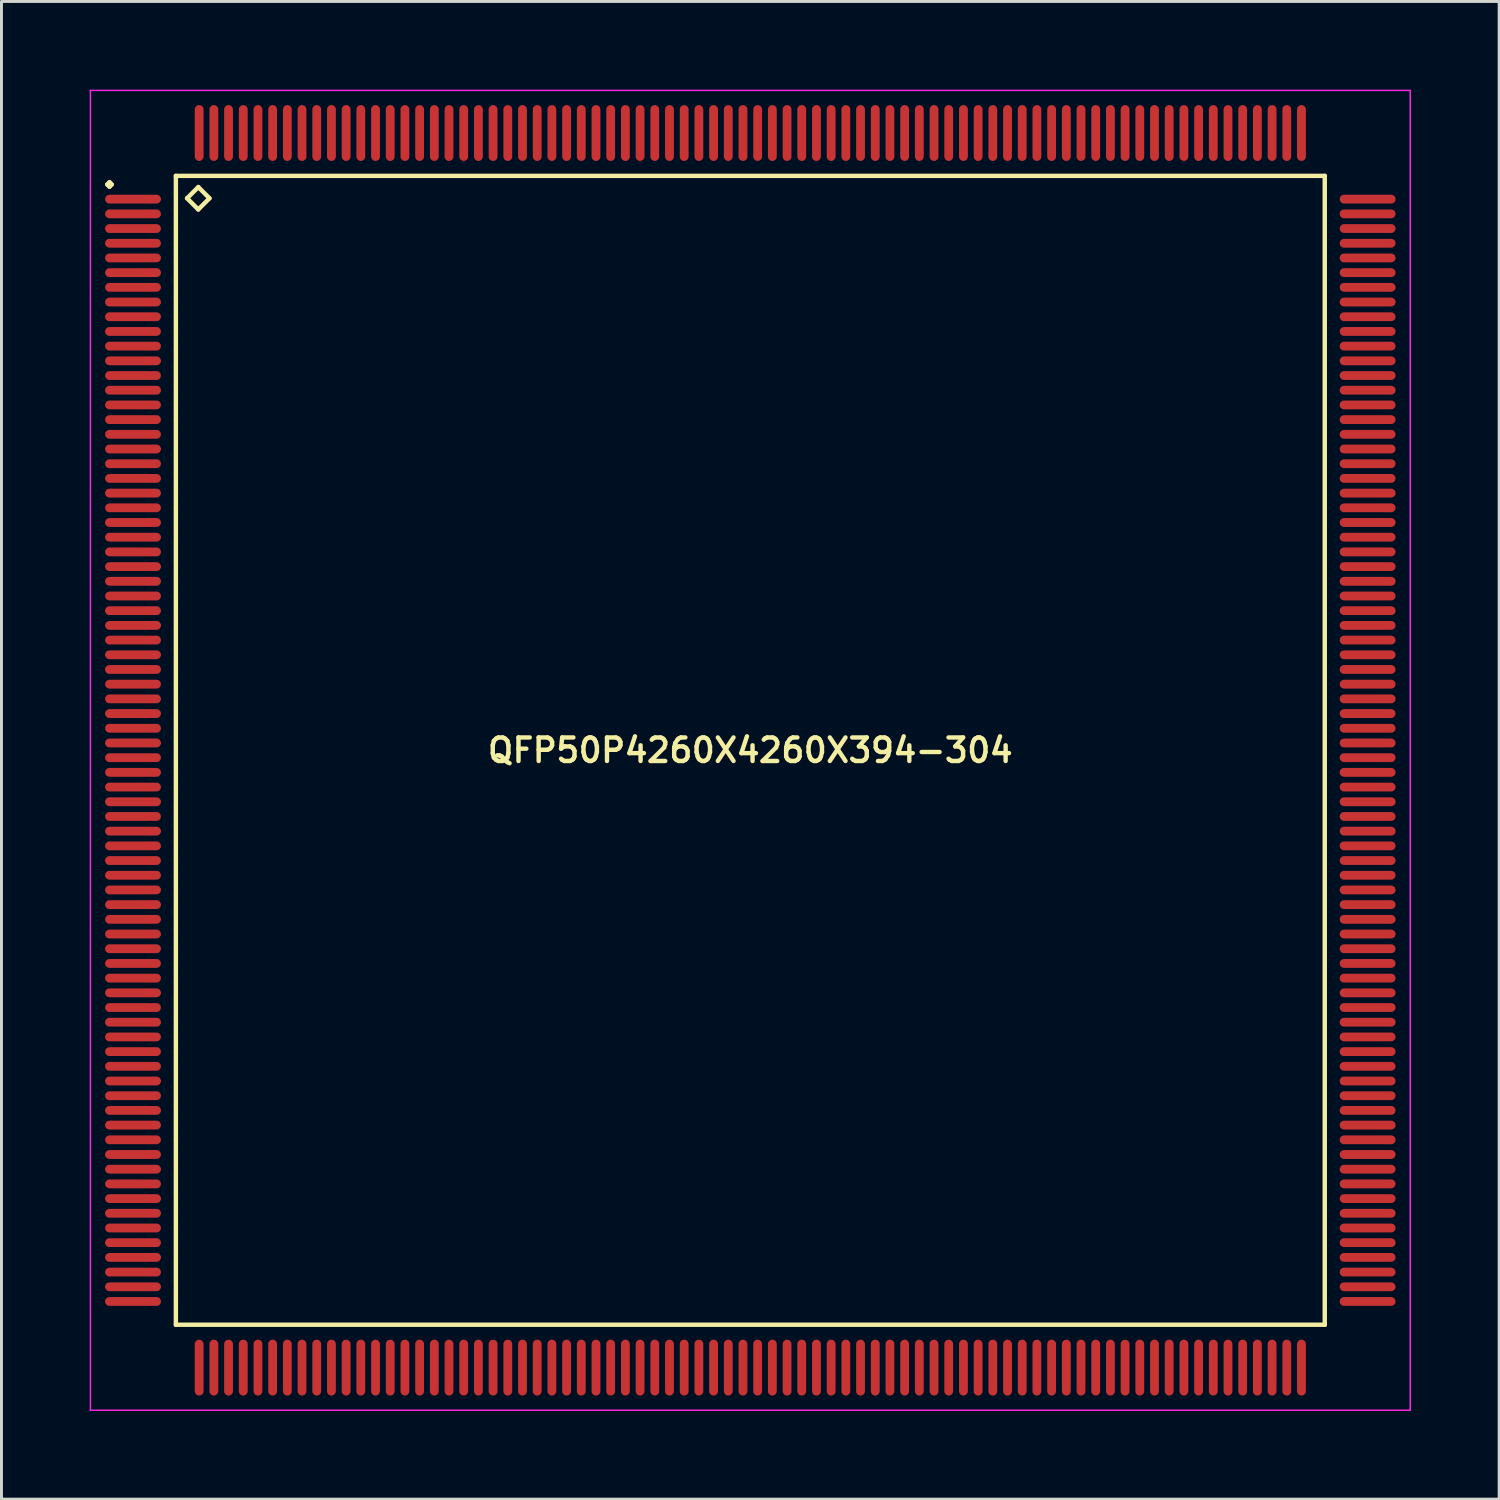
<source format=kicad_pcb>
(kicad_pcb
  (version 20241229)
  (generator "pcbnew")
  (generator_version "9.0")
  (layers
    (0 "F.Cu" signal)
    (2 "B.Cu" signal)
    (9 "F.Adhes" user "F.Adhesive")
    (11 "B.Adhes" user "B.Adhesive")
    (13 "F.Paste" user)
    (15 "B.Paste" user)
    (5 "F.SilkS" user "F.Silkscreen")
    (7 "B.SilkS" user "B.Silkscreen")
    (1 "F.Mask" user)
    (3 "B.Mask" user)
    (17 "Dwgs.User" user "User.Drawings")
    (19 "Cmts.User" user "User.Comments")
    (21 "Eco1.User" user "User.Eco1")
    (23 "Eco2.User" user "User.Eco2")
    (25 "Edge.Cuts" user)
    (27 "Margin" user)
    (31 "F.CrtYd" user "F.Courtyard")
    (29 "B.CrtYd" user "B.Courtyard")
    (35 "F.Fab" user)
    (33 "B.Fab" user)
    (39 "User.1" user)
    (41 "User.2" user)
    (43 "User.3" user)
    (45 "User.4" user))
  (footprint "QFP50P4260X4260X394-304"
    (layer "F.Cu")
    (at 22.475 22.475)
    (property "Reference" "QFP50P4260X4260X394-304" (at 0 0 0) (layer "F.SilkS") (effects (font (size 0.8 0.8) (thickness 0.15))))
    (attr smd)
    (fp_line (start -21.875 -19.25) (end -21.8 -19.325) (stroke (width 0.15) (type solid)) (layer "F.SilkS"))
    (fp_line (start -21.8 -19.325) (end -21.725 -19.25) (stroke (width 0.15) (type solid)) (layer "F.SilkS"))
    (fp_line (start -21.8 -19.175) (end -21.875 -19.25) (stroke (width 0.15) (type solid)) (layer "F.SilkS"))
    (fp_line (start -21.725 -19.25) (end -21.8 -19.175) (stroke (width 0.15) (type solid)) (layer "F.SilkS"))
    (fp_line (start -19.542 -19.542) (end -19.542 19.542) (stroke (width 0.15) (type solid)) (layer "F.SilkS"))
    (fp_line (start -19.542 19.542) (end 19.542 19.542) (stroke (width 0.15) (type solid)) (layer "F.SilkS"))
    (fp_line (start -19.161 -18.78) (end -18.78 -19.161) (stroke (width 0.15) (type solid)) (layer "F.SilkS"))
    (fp_line (start -18.78 -19.161) (end -18.399 -18.78) (stroke (width 0.15) (type solid)) (layer "F.SilkS"))
    (fp_line (start -18.78 -18.399) (end -19.161 -18.78) (stroke (width 0.15) (type solid)) (layer "F.SilkS"))
    (fp_line (start -18.399 -18.78) (end -18.78 -18.399) (stroke (width 0.15) (type solid)) (layer "F.SilkS"))
    (fp_line (start 19.542 -19.542) (end -19.542 -19.542) (stroke (width 0.15) (type solid)) (layer "F.SilkS"))
    (fp_line (start 19.542 19.542) (end 19.542 -19.542) (stroke (width 0.15) (type solid)) (layer "F.SilkS"))
    (fp_line (start -22.45 -22.45) (end 22.45 -22.45) (stroke (width 0.05) (type solid)) (layer "F.CrtYd"))
    (fp_line (start -22.45 22.45) (end -22.45 -22.45) (stroke (width 0.05) (type solid)) (layer "F.CrtYd"))
    (fp_line (start 22.45 -22.45) (end 22.45 22.45) (stroke (width 0.05) (type solid)) (layer "F.CrtYd"))
    (fp_line (start 22.45 22.45) (end -22.45 22.45) (stroke (width 0.05) (type solid)) (layer "F.CrtYd"))
    (pad "1" smd oval (at -21 -18.75) (size 1.9 0.3) (layers "F.Cu" "F.Mask" "F.Paste"))
    (pad "2" smd oval (at -21 -18.25) (size 1.9 0.3) (layers "F.Cu" "F.Mask" "F.Paste"))
    (pad "3" smd oval (at -21 -17.75) (size 1.9 0.3) (layers "F.Cu" "F.Mask" "F.Paste"))
    (pad "4" smd oval (at -21 -17.25) (size 1.9 0.3) (layers "F.Cu" "F.Mask" "F.Paste"))
    (pad "5" smd oval (at -21 -16.75) (size 1.9 0.3) (layers "F.Cu" "F.Mask" "F.Paste"))
    (pad "6" smd oval (at -21 -16.25) (size 1.9 0.3) (layers "F.Cu" "F.Mask" "F.Paste"))
    (pad "7" smd oval (at -21 -15.75) (size 1.9 0.3) (layers "F.Cu" "F.Mask" "F.Paste"))
    (pad "8" smd oval (at -21 -15.25) (size 1.9 0.3) (layers "F.Cu" "F.Mask" "F.Paste"))
    (pad "9" smd oval (at -21 -14.75) (size 1.9 0.3) (layers "F.Cu" "F.Mask" "F.Paste"))
    (pad "10" smd oval (at -21 -14.25) (size 1.9 0.3) (layers "F.Cu" "F.Mask" "F.Paste"))
    (pad "11" smd oval (at -21 -13.75) (size 1.9 0.3) (layers "F.Cu" "F.Mask" "F.Paste"))
    (pad "12" smd oval (at -21 -13.25) (size 1.9 0.3) (layers "F.Cu" "F.Mask" "F.Paste"))
    (pad "13" smd oval (at -21 -12.75) (size 1.9 0.3) (layers "F.Cu" "F.Mask" "F.Paste"))
    (pad "14" smd oval (at -21 -12.25) (size 1.9 0.3) (layers "F.Cu" "F.Mask" "F.Paste"))
    (pad "15" smd oval (at -21 -11.75) (size 1.9 0.3) (layers "F.Cu" "F.Mask" "F.Paste"))
    (pad "16" smd oval (at -21 -11.25) (size 1.9 0.3) (layers "F.Cu" "F.Mask" "F.Paste"))
    (pad "17" smd oval (at -21 -10.75) (size 1.9 0.3) (layers "F.Cu" "F.Mask" "F.Paste"))
    (pad "18" smd oval (at -21 -10.25) (size 1.9 0.3) (layers "F.Cu" "F.Mask" "F.Paste"))
    (pad "19" smd oval (at -21 -9.75) (size 1.9 0.3) (layers "F.Cu" "F.Mask" "F.Paste"))
    (pad "20" smd oval (at -21 -9.25) (size 1.9 0.3) (layers "F.Cu" "F.Mask" "F.Paste"))
    (pad "21" smd oval (at -21 -8.75) (size 1.9 0.3) (layers "F.Cu" "F.Mask" "F.Paste"))
    (pad "22" smd oval (at -21 -8.25) (size 1.9 0.3) (layers "F.Cu" "F.Mask" "F.Paste"))
    (pad "23" smd oval (at -21 -7.75) (size 1.9 0.3) (layers "F.Cu" "F.Mask" "F.Paste"))
    (pad "24" smd oval (at -21 -7.25) (size 1.9 0.3) (layers "F.Cu" "F.Mask" "F.Paste"))
    (pad "25" smd oval (at -21 -6.75) (size 1.9 0.3) (layers "F.Cu" "F.Mask" "F.Paste"))
    (pad "26" smd oval (at -21 -6.25) (size 1.9 0.3) (layers "F.Cu" "F.Mask" "F.Paste"))
    (pad "27" smd oval (at -21 -5.75) (size 1.9 0.3) (layers "F.Cu" "F.Mask" "F.Paste"))
    (pad "28" smd oval (at -21 -5.25) (size 1.9 0.3) (layers "F.Cu" "F.Mask" "F.Paste"))
    (pad "29" smd oval (at -21 -4.75) (size 1.9 0.3) (layers "F.Cu" "F.Mask" "F.Paste"))
    (pad "30" smd oval (at -21 -4.25) (size 1.9 0.3) (layers "F.Cu" "F.Mask" "F.Paste"))
    (pad "31" smd oval (at -21 -3.75) (size 1.9 0.3) (layers "F.Cu" "F.Mask" "F.Paste"))
    (pad "32" smd oval (at -21 -3.25) (size 1.9 0.3) (layers "F.Cu" "F.Mask" "F.Paste"))
    (pad "33" smd oval (at -21 -2.75) (size 1.9 0.3) (layers "F.Cu" "F.Mask" "F.Paste"))
    (pad "34" smd oval (at -21 -2.25) (size 1.9 0.3) (layers "F.Cu" "F.Mask" "F.Paste"))
    (pad "35" smd oval (at -21 -1.75) (size 1.9 0.3) (layers "F.Cu" "F.Mask" "F.Paste"))
    (pad "36" smd oval (at -21 -1.25) (size 1.9 0.3) (layers "F.Cu" "F.Mask" "F.Paste"))
    (pad "37" smd oval (at -21 -0.75) (size 1.9 0.3) (layers "F.Cu" "F.Mask" "F.Paste"))
    (pad "38" smd oval (at -21 -0.25) (size 1.9 0.3) (layers "F.Cu" "F.Mask" "F.Paste"))
    (pad "39" smd oval (at -21 0.25) (size 1.9 0.3) (layers "F.Cu" "F.Mask" "F.Paste"))
    (pad "40" smd oval (at -21 0.75) (size 1.9 0.3) (layers "F.Cu" "F.Mask" "F.Paste"))
    (pad "41" smd oval (at -21 1.25) (size 1.9 0.3) (layers "F.Cu" "F.Mask" "F.Paste"))
    (pad "42" smd oval (at -21 1.75) (size 1.9 0.3) (layers "F.Cu" "F.Mask" "F.Paste"))
    (pad "43" smd oval (at -21 2.25) (size 1.9 0.3) (layers "F.Cu" "F.Mask" "F.Paste"))
    (pad "44" smd oval (at -21 2.75) (size 1.9 0.3) (layers "F.Cu" "F.Mask" "F.Paste"))
    (pad "45" smd oval (at -21 3.25) (size 1.9 0.3) (layers "F.Cu" "F.Mask" "F.Paste"))
    (pad "46" smd oval (at -21 3.75) (size 1.9 0.3) (layers "F.Cu" "F.Mask" "F.Paste"))
    (pad "47" smd oval (at -21 4.25) (size 1.9 0.3) (layers "F.Cu" "F.Mask" "F.Paste"))
    (pad "48" smd oval (at -21 4.75) (size 1.9 0.3) (layers "F.Cu" "F.Mask" "F.Paste"))
    (pad "49" smd oval (at -21 5.25) (size 1.9 0.3) (layers "F.Cu" "F.Mask" "F.Paste"))
    (pad "50" smd oval (at -21 5.75) (size 1.9 0.3) (layers "F.Cu" "F.Mask" "F.Paste"))
    (pad "51" smd oval (at -21 6.25) (size 1.9 0.3) (layers "F.Cu" "F.Mask" "F.Paste"))
    (pad "52" smd oval (at -21 6.75) (size 1.9 0.3) (layers "F.Cu" "F.Mask" "F.Paste"))
    (pad "53" smd oval (at -21 7.25) (size 1.9 0.3) (layers "F.Cu" "F.Mask" "F.Paste"))
    (pad "54" smd oval (at -21 7.75) (size 1.9 0.3) (layers "F.Cu" "F.Mask" "F.Paste"))
    (pad "55" smd oval (at -21 8.25) (size 1.9 0.3) (layers "F.Cu" "F.Mask" "F.Paste"))
    (pad "56" smd oval (at -21 8.75) (size 1.9 0.3) (layers "F.Cu" "F.Mask" "F.Paste"))
    (pad "57" smd oval (at -21 9.25) (size 1.9 0.3) (layers "F.Cu" "F.Mask" "F.Paste"))
    (pad "58" smd oval (at -21 9.75) (size 1.9 0.3) (layers "F.Cu" "F.Mask" "F.Paste"))
    (pad "59" smd oval (at -21 10.25) (size 1.9 0.3) (layers "F.Cu" "F.Mask" "F.Paste"))
    (pad "60" smd oval (at -21 10.75) (size 1.9 0.3) (layers "F.Cu" "F.Mask" "F.Paste"))
    (pad "61" smd oval (at -21 11.25) (size 1.9 0.3) (layers "F.Cu" "F.Mask" "F.Paste"))
    (pad "62" smd oval (at -21 11.75) (size 1.9 0.3) (layers "F.Cu" "F.Mask" "F.Paste"))
    (pad "63" smd oval (at -21 12.25) (size 1.9 0.3) (layers "F.Cu" "F.Mask" "F.Paste"))
    (pad "64" smd oval (at -21 12.75) (size 1.9 0.3) (layers "F.Cu" "F.Mask" "F.Paste"))
    (pad "65" smd oval (at -21 13.25) (size 1.9 0.3) (layers "F.Cu" "F.Mask" "F.Paste"))
    (pad "66" smd oval (at -21 13.75) (size 1.9 0.3) (layers "F.Cu" "F.Mask" "F.Paste"))
    (pad "67" smd oval (at -21 14.25) (size 1.9 0.3) (layers "F.Cu" "F.Mask" "F.Paste"))
    (pad "68" smd oval (at -21 14.75) (size 1.9 0.3) (layers "F.Cu" "F.Mask" "F.Paste"))
    (pad "69" smd oval (at -21 15.25) (size 1.9 0.3) (layers "F.Cu" "F.Mask" "F.Paste"))
    (pad "70" smd oval (at -21 15.75) (size 1.9 0.3) (layers "F.Cu" "F.Mask" "F.Paste"))
    (pad "71" smd oval (at -21 16.25) (size 1.9 0.3) (layers "F.Cu" "F.Mask" "F.Paste"))
    (pad "72" smd oval (at -21 16.75) (size 1.9 0.3) (layers "F.Cu" "F.Mask" "F.Paste"))
    (pad "73" smd oval (at -21 17.25) (size 1.9 0.3) (layers "F.Cu" "F.Mask" "F.Paste"))
    (pad "74" smd oval (at -21 17.75) (size 1.9 0.3) (layers "F.Cu" "F.Mask" "F.Paste"))
    (pad "75" smd oval (at -21 18.25) (size 1.9 0.3) (layers "F.Cu" "F.Mask" "F.Paste"))
    (pad "76" smd oval (at -21 18.75) (size 1.9 0.3) (layers "F.Cu" "F.Mask" "F.Paste"))
    (pad "77" smd oval (at -18.75 21) (size 0.3 1.9) (layers "F.Cu" "F.Mask" "F.Paste"))
    (pad "78" smd oval (at -18.25 21) (size 0.3 1.9) (layers "F.Cu" "F.Mask" "F.Paste"))
    (pad "79" smd oval (at -17.75 21) (size 0.3 1.9) (layers "F.Cu" "F.Mask" "F.Paste"))
    (pad "80" smd oval (at -17.25 21) (size 0.3 1.9) (layers "F.Cu" "F.Mask" "F.Paste"))
    (pad "81" smd oval (at -16.75 21) (size 0.3 1.9) (layers "F.Cu" "F.Mask" "F.Paste"))
    (pad "82" smd oval (at -16.25 21) (size 0.3 1.9) (layers "F.Cu" "F.Mask" "F.Paste"))
    (pad "83" smd oval (at -15.75 21) (size 0.3 1.9) (layers "F.Cu" "F.Mask" "F.Paste"))
    (pad "84" smd oval (at -15.25 21) (size 0.3 1.9) (layers "F.Cu" "F.Mask" "F.Paste"))
    (pad "85" smd oval (at -14.75 21) (size 0.3 1.9) (layers "F.Cu" "F.Mask" "F.Paste"))
    (pad "86" smd oval (at -14.25 21) (size 0.3 1.9) (layers "F.Cu" "F.Mask" "F.Paste"))
    (pad "87" smd oval (at -13.75 21) (size 0.3 1.9) (layers "F.Cu" "F.Mask" "F.Paste"))
    (pad "88" smd oval (at -13.25 21) (size 0.3 1.9) (layers "F.Cu" "F.Mask" "F.Paste"))
    (pad "89" smd oval (at -12.75 21) (size 0.3 1.9) (layers "F.Cu" "F.Mask" "F.Paste"))
    (pad "90" smd oval (at -12.25 21) (size 0.3 1.9) (layers "F.Cu" "F.Mask" "F.Paste"))
    (pad "91" smd oval (at -11.75 21) (size 0.3 1.9) (layers "F.Cu" "F.Mask" "F.Paste"))
    (pad "92" smd oval (at -11.25 21) (size 0.3 1.9) (layers "F.Cu" "F.Mask" "F.Paste"))
    (pad "93" smd oval (at -10.75 21) (size 0.3 1.9) (layers "F.Cu" "F.Mask" "F.Paste"))
    (pad "94" smd oval (at -10.25 21) (size 0.3 1.9) (layers "F.Cu" "F.Mask" "F.Paste"))
    (pad "95" smd oval (at -9.75 21) (size 0.3 1.9) (layers "F.Cu" "F.Mask" "F.Paste"))
    (pad "96" smd oval (at -9.25 21) (size 0.3 1.9) (layers "F.Cu" "F.Mask" "F.Paste"))
    (pad "97" smd oval (at -8.75 21) (size 0.3 1.9) (layers "F.Cu" "F.Mask" "F.Paste"))
    (pad "98" smd oval (at -8.25 21) (size 0.3 1.9) (layers "F.Cu" "F.Mask" "F.Paste"))
    (pad "99" smd oval (at -7.75 21) (size 0.3 1.9) (layers "F.Cu" "F.Mask" "F.Paste"))
    (pad "100" smd oval (at -7.25 21) (size 0.3 1.9) (layers "F.Cu" "F.Mask" "F.Paste"))
    (pad "101" smd oval (at -6.75 21) (size 0.3 1.9) (layers "F.Cu" "F.Mask" "F.Paste"))
    (pad "102" smd oval (at -6.25 21) (size 0.3 1.9) (layers "F.Cu" "F.Mask" "F.Paste"))
    (pad "103" smd oval (at -5.75 21) (size 0.3 1.9) (layers "F.Cu" "F.Mask" "F.Paste"))
    (pad "104" smd oval (at -5.25 21) (size 0.3 1.9) (layers "F.Cu" "F.Mask" "F.Paste"))
    (pad "105" smd oval (at -4.75 21) (size 0.3 1.9) (layers "F.Cu" "F.Mask" "F.Paste"))
    (pad "106" smd oval (at -4.25 21) (size 0.3 1.9) (layers "F.Cu" "F.Mask" "F.Paste"))
    (pad "107" smd oval (at -3.75 21) (size 0.3 1.9) (layers "F.Cu" "F.Mask" "F.Paste"))
    (pad "108" smd oval (at -3.25 21) (size 0.3 1.9) (layers "F.Cu" "F.Mask" "F.Paste"))
    (pad "109" smd oval (at -2.75 21) (size 0.3 1.9) (layers "F.Cu" "F.Mask" "F.Paste"))
    (pad "110" smd oval (at -2.25 21) (size 0.3 1.9) (layers "F.Cu" "F.Mask" "F.Paste"))
    (pad "111" smd oval (at -1.75 21) (size 0.3 1.9) (layers "F.Cu" "F.Mask" "F.Paste"))
    (pad "112" smd oval (at -1.25 21) (size 0.3 1.9) (layers "F.Cu" "F.Mask" "F.Paste"))
    (pad "113" smd oval (at -0.75 21) (size 0.3 1.9) (layers "F.Cu" "F.Mask" "F.Paste"))
    (pad "114" smd oval (at -0.25 21) (size 0.3 1.9) (layers "F.Cu" "F.Mask" "F.Paste"))
    (pad "115" smd oval (at 0.25 21) (size 0.3 1.9) (layers "F.Cu" "F.Mask" "F.Paste"))
    (pad "116" smd oval (at 0.75 21) (size 0.3 1.9) (layers "F.Cu" "F.Mask" "F.Paste"))
    (pad "117" smd oval (at 1.25 21) (size 0.3 1.9) (layers "F.Cu" "F.Mask" "F.Paste"))
    (pad "118" smd oval (at 1.75 21) (size 0.3 1.9) (layers "F.Cu" "F.Mask" "F.Paste"))
    (pad "119" smd oval (at 2.25 21) (size 0.3 1.9) (layers "F.Cu" "F.Mask" "F.Paste"))
    (pad "120" smd oval (at 2.75 21) (size 0.3 1.9) (layers "F.Cu" "F.Mask" "F.Paste"))
    (pad "121" smd oval (at 3.25 21) (size 0.3 1.9) (layers "F.Cu" "F.Mask" "F.Paste"))
    (pad "122" smd oval (at 3.75 21) (size 0.3 1.9) (layers "F.Cu" "F.Mask" "F.Paste"))
    (pad "123" smd oval (at 4.25 21) (size 0.3 1.9) (layers "F.Cu" "F.Mask" "F.Paste"))
    (pad "124" smd oval (at 4.75 21) (size 0.3 1.9) (layers "F.Cu" "F.Mask" "F.Paste"))
    (pad "125" smd oval (at 5.25 21) (size 0.3 1.9) (layers "F.Cu" "F.Mask" "F.Paste"))
    (pad "126" smd oval (at 5.75 21) (size 0.3 1.9) (layers "F.Cu" "F.Mask" "F.Paste"))
    (pad "127" smd oval (at 6.25 21) (size 0.3 1.9) (layers "F.Cu" "F.Mask" "F.Paste"))
    (pad "128" smd oval (at 6.75 21) (size 0.3 1.9) (layers "F.Cu" "F.Mask" "F.Paste"))
    (pad "129" smd oval (at 7.25 21) (size 0.3 1.9) (layers "F.Cu" "F.Mask" "F.Paste"))
    (pad "130" smd oval (at 7.75 21) (size 0.3 1.9) (layers "F.Cu" "F.Mask" "F.Paste"))
    (pad "131" smd oval (at 8.25 21) (size 0.3 1.9) (layers "F.Cu" "F.Mask" "F.Paste"))
    (pad "132" smd oval (at 8.75 21) (size 0.3 1.9) (layers "F.Cu" "F.Mask" "F.Paste"))
    (pad "133" smd oval (at 9.25 21) (size 0.3 1.9) (layers "F.Cu" "F.Mask" "F.Paste"))
    (pad "134" smd oval (at 9.75 21) (size 0.3 1.9) (layers "F.Cu" "F.Mask" "F.Paste"))
    (pad "135" smd oval (at 10.25 21) (size 0.3 1.9) (layers "F.Cu" "F.Mask" "F.Paste"))
    (pad "136" smd oval (at 10.75 21) (size 0.3 1.9) (layers "F.Cu" "F.Mask" "F.Paste"))
    (pad "137" smd oval (at 11.25 21) (size 0.3 1.9) (layers "F.Cu" "F.Mask" "F.Paste"))
    (pad "138" smd oval (at 11.75 21) (size 0.3 1.9) (layers "F.Cu" "F.Mask" "F.Paste"))
    (pad "139" smd oval (at 12.25 21) (size 0.3 1.9) (layers "F.Cu" "F.Mask" "F.Paste"))
    (pad "140" smd oval (at 12.75 21) (size 0.3 1.9) (layers "F.Cu" "F.Mask" "F.Paste"))
    (pad "141" smd oval (at 13.25 21) (size 0.3 1.9) (layers "F.Cu" "F.Mask" "F.Paste"))
    (pad "142" smd oval (at 13.75 21) (size 0.3 1.9) (layers "F.Cu" "F.Mask" "F.Paste"))
    (pad "143" smd oval (at 14.25 21) (size 0.3 1.9) (layers "F.Cu" "F.Mask" "F.Paste"))
    (pad "144" smd oval (at 14.75 21) (size 0.3 1.9) (layers "F.Cu" "F.Mask" "F.Paste"))
    (pad "145" smd oval (at 15.25 21) (size 0.3 1.9) (layers "F.Cu" "F.Mask" "F.Paste"))
    (pad "146" smd oval (at 15.75 21) (size 0.3 1.9) (layers "F.Cu" "F.Mask" "F.Paste"))
    (pad "147" smd oval (at 16.25 21) (size 0.3 1.9) (layers "F.Cu" "F.Mask" "F.Paste"))
    (pad "148" smd oval (at 16.75 21) (size 0.3 1.9) (layers "F.Cu" "F.Mask" "F.Paste"))
    (pad "149" smd oval (at 17.25 21) (size 0.3 1.9) (layers "F.Cu" "F.Mask" "F.Paste"))
    (pad "150" smd oval (at 17.75 21) (size 0.3 1.9) (layers "F.Cu" "F.Mask" "F.Paste"))
    (pad "151" smd oval (at 18.25 21) (size 0.3 1.9) (layers "F.Cu" "F.Mask" "F.Paste"))
    (pad "152" smd oval (at 18.75 21) (size 0.3 1.9) (layers "F.Cu" "F.Mask" "F.Paste"))
    (pad "153" smd oval (at 21 18.75) (size 1.9 0.3) (layers "F.Cu" "F.Mask" "F.Paste"))
    (pad "154" smd oval (at 21 18.25) (size 1.9 0.3) (layers "F.Cu" "F.Mask" "F.Paste"))
    (pad "155" smd oval (at 21 17.75) (size 1.9 0.3) (layers "F.Cu" "F.Mask" "F.Paste"))
    (pad "156" smd oval (at 21 17.25) (size 1.9 0.3) (layers "F.Cu" "F.Mask" "F.Paste"))
    (pad "157" smd oval (at 21 16.75) (size 1.9 0.3) (layers "F.Cu" "F.Mask" "F.Paste"))
    (pad "158" smd oval (at 21 16.25) (size 1.9 0.3) (layers "F.Cu" "F.Mask" "F.Paste"))
    (pad "159" smd oval (at 21 15.75) (size 1.9 0.3) (layers "F.Cu" "F.Mask" "F.Paste"))
    (pad "160" smd oval (at 21 15.25) (size 1.9 0.3) (layers "F.Cu" "F.Mask" "F.Paste"))
    (pad "161" smd oval (at 21 14.75) (size 1.9 0.3) (layers "F.Cu" "F.Mask" "F.Paste"))
    (pad "162" smd oval (at 21 14.25) (size 1.9 0.3) (layers "F.Cu" "F.Mask" "F.Paste"))
    (pad "163" smd oval (at 21 13.75) (size 1.9 0.3) (layers "F.Cu" "F.Mask" "F.Paste"))
    (pad "164" smd oval (at 21 13.25) (size 1.9 0.3) (layers "F.Cu" "F.Mask" "F.Paste"))
    (pad "165" smd oval (at 21 12.75) (size 1.9 0.3) (layers "F.Cu" "F.Mask" "F.Paste"))
    (pad "166" smd oval (at 21 12.25) (size 1.9 0.3) (layers "F.Cu" "F.Mask" "F.Paste"))
    (pad "167" smd oval (at 21 11.75) (size 1.9 0.3) (layers "F.Cu" "F.Mask" "F.Paste"))
    (pad "168" smd oval (at 21 11.25) (size 1.9 0.3) (layers "F.Cu" "F.Mask" "F.Paste"))
    (pad "169" smd oval (at 21 10.75) (size 1.9 0.3) (layers "F.Cu" "F.Mask" "F.Paste"))
    (pad "170" smd oval (at 21 10.25) (size 1.9 0.3) (layers "F.Cu" "F.Mask" "F.Paste"))
    (pad "171" smd oval (at 21 9.75) (size 1.9 0.3) (layers "F.Cu" "F.Mask" "F.Paste"))
    (pad "172" smd oval (at 21 9.25) (size 1.9 0.3) (layers "F.Cu" "F.Mask" "F.Paste"))
    (pad "173" smd oval (at 21 8.75) (size 1.9 0.3) (layers "F.Cu" "F.Mask" "F.Paste"))
    (pad "174" smd oval (at 21 8.25) (size 1.9 0.3) (layers "F.Cu" "F.Mask" "F.Paste"))
    (pad "175" smd oval (at 21 7.75) (size 1.9 0.3) (layers "F.Cu" "F.Mask" "F.Paste"))
    (pad "176" smd oval (at 21 7.25) (size 1.9 0.3) (layers "F.Cu" "F.Mask" "F.Paste"))
    (pad "177" smd oval (at 21 6.75) (size 1.9 0.3) (layers "F.Cu" "F.Mask" "F.Paste"))
    (pad "178" smd oval (at 21 6.25) (size 1.9 0.3) (layers "F.Cu" "F.Mask" "F.Paste"))
    (pad "179" smd oval (at 21 5.75) (size 1.9 0.3) (layers "F.Cu" "F.Mask" "F.Paste"))
    (pad "180" smd oval (at 21 5.25) (size 1.9 0.3) (layers "F.Cu" "F.Mask" "F.Paste"))
    (pad "181" smd oval (at 21 4.75) (size 1.9 0.3) (layers "F.Cu" "F.Mask" "F.Paste"))
    (pad "182" smd oval (at 21 4.25) (size 1.9 0.3) (layers "F.Cu" "F.Mask" "F.Paste"))
    (pad "183" smd oval (at 21 3.75) (size 1.9 0.3) (layers "F.Cu" "F.Mask" "F.Paste"))
    (pad "184" smd oval (at 21 3.25) (size 1.9 0.3) (layers "F.Cu" "F.Mask" "F.Paste"))
    (pad "185" smd oval (at 21 2.75) (size 1.9 0.3) (layers "F.Cu" "F.Mask" "F.Paste"))
    (pad "186" smd oval (at 21 2.25) (size 1.9 0.3) (layers "F.Cu" "F.Mask" "F.Paste"))
    (pad "187" smd oval (at 21 1.75) (size 1.9 0.3) (layers "F.Cu" "F.Mask" "F.Paste"))
    (pad "188" smd oval (at 21 1.25) (size 1.9 0.3) (layers "F.Cu" "F.Mask" "F.Paste"))
    (pad "189" smd oval (at 21 0.75) (size 1.9 0.3) (layers "F.Cu" "F.Mask" "F.Paste"))
    (pad "190" smd oval (at 21 0.25) (size 1.9 0.3) (layers "F.Cu" "F.Mask" "F.Paste"))
    (pad "191" smd oval (at 21 -0.25) (size 1.9 0.3) (layers "F.Cu" "F.Mask" "F.Paste"))
    (pad "192" smd oval (at 21 -0.75) (size 1.9 0.3) (layers "F.Cu" "F.Mask" "F.Paste"))
    (pad "193" smd oval (at 21 -1.25) (size 1.9 0.3) (layers "F.Cu" "F.Mask" "F.Paste"))
    (pad "194" smd oval (at 21 -1.75) (size 1.9 0.3) (layers "F.Cu" "F.Mask" "F.Paste"))
    (pad "195" smd oval (at 21 -2.25) (size 1.9 0.3) (layers "F.Cu" "F.Mask" "F.Paste"))
    (pad "196" smd oval (at 21 -2.75) (size 1.9 0.3) (layers "F.Cu" "F.Mask" "F.Paste"))
    (pad "197" smd oval (at 21 -3.25) (size 1.9 0.3) (layers "F.Cu" "F.Mask" "F.Paste"))
    (pad "198" smd oval (at 21 -3.75) (size 1.9 0.3) (layers "F.Cu" "F.Mask" "F.Paste"))
    (pad "199" smd oval (at 21 -4.25) (size 1.9 0.3) (layers "F.Cu" "F.Mask" "F.Paste"))
    (pad "200" smd oval (at 21 -4.75) (size 1.9 0.3) (layers "F.Cu" "F.Mask" "F.Paste"))
    (pad "201" smd oval (at 21 -5.25) (size 1.9 0.3) (layers "F.Cu" "F.Mask" "F.Paste"))
    (pad "202" smd oval (at 21 -5.75) (size 1.9 0.3) (layers "F.Cu" "F.Mask" "F.Paste"))
    (pad "203" smd oval (at 21 -6.25) (size 1.9 0.3) (layers "F.Cu" "F.Mask" "F.Paste"))
    (pad "204" smd oval (at 21 -6.75) (size 1.9 0.3) (layers "F.Cu" "F.Mask" "F.Paste"))
    (pad "205" smd oval (at 21 -7.25) (size 1.9 0.3) (layers "F.Cu" "F.Mask" "F.Paste"))
    (pad "206" smd oval (at 21 -7.75) (size 1.9 0.3) (layers "F.Cu" "F.Mask" "F.Paste"))
    (pad "207" smd oval (at 21 -8.25) (size 1.9 0.3) (layers "F.Cu" "F.Mask" "F.Paste"))
    (pad "208" smd oval (at 21 -8.75) (size 1.9 0.3) (layers "F.Cu" "F.Mask" "F.Paste"))
    (pad "209" smd oval (at 21 -9.25) (size 1.9 0.3) (layers "F.Cu" "F.Mask" "F.Paste"))
    (pad "210" smd oval (at 21 -9.75) (size 1.9 0.3) (layers "F.Cu" "F.Mask" "F.Paste"))
    (pad "211" smd oval (at 21 -10.25) (size 1.9 0.3) (layers "F.Cu" "F.Mask" "F.Paste"))
    (pad "212" smd oval (at 21 -10.75) (size 1.9 0.3) (layers "F.Cu" "F.Mask" "F.Paste"))
    (pad "213" smd oval (at 21 -11.25) (size 1.9 0.3) (layers "F.Cu" "F.Mask" "F.Paste"))
    (pad "214" smd oval (at 21 -11.75) (size 1.9 0.3) (layers "F.Cu" "F.Mask" "F.Paste"))
    (pad "215" smd oval (at 21 -12.25) (size 1.9 0.3) (layers "F.Cu" "F.Mask" "F.Paste"))
    (pad "216" smd oval (at 21 -12.75) (size 1.9 0.3) (layers "F.Cu" "F.Mask" "F.Paste"))
    (pad "217" smd oval (at 21 -13.25) (size 1.9 0.3) (layers "F.Cu" "F.Mask" "F.Paste"))
    (pad "218" smd oval (at 21 -13.75) (size 1.9 0.3) (layers "F.Cu" "F.Mask" "F.Paste"))
    (pad "219" smd oval (at 21 -14.25) (size 1.9 0.3) (layers "F.Cu" "F.Mask" "F.Paste"))
    (pad "220" smd oval (at 21 -14.75) (size 1.9 0.3) (layers "F.Cu" "F.Mask" "F.Paste"))
    (pad "221" smd oval (at 21 -15.25) (size 1.9 0.3) (layers "F.Cu" "F.Mask" "F.Paste"))
    (pad "222" smd oval (at 21 -15.75) (size 1.9 0.3) (layers "F.Cu" "F.Mask" "F.Paste"))
    (pad "223" smd oval (at 21 -16.25) (size 1.9 0.3) (layers "F.Cu" "F.Mask" "F.Paste"))
    (pad "224" smd oval (at 21 -16.75) (size 1.9 0.3) (layers "F.Cu" "F.Mask" "F.Paste"))
    (pad "225" smd oval (at 21 -17.25) (size 1.9 0.3) (layers "F.Cu" "F.Mask" "F.Paste"))
    (pad "226" smd oval (at 21 -17.75) (size 1.9 0.3) (layers "F.Cu" "F.Mask" "F.Paste"))
    (pad "227" smd oval (at 21 -18.25) (size 1.9 0.3) (layers "F.Cu" "F.Mask" "F.Paste"))
    (pad "228" smd oval (at 21 -18.75) (size 1.9 0.3) (layers "F.Cu" "F.Mask" "F.Paste"))
    (pad "229" smd oval (at 18.75 -21) (size 0.3 1.9) (layers "F.Cu" "F.Mask" "F.Paste"))
    (pad "230" smd oval (at 18.25 -21) (size 0.3 1.9) (layers "F.Cu" "F.Mask" "F.Paste"))
    (pad "231" smd oval (at 17.75 -21) (size 0.3 1.9) (layers "F.Cu" "F.Mask" "F.Paste"))
    (pad "232" smd oval (at 17.25 -21) (size 0.3 1.9) (layers "F.Cu" "F.Mask" "F.Paste"))
    (pad "233" smd oval (at 16.75 -21) (size 0.3 1.9) (layers "F.Cu" "F.Mask" "F.Paste"))
    (pad "234" smd oval (at 16.25 -21) (size 0.3 1.9) (layers "F.Cu" "F.Mask" "F.Paste"))
    (pad "235" smd oval (at 15.75 -21) (size 0.3 1.9) (layers "F.Cu" "F.Mask" "F.Paste"))
    (pad "236" smd oval (at 15.25 -21) (size 0.3 1.9) (layers "F.Cu" "F.Mask" "F.Paste"))
    (pad "237" smd oval (at 14.75 -21) (size 0.3 1.9) (layers "F.Cu" "F.Mask" "F.Paste"))
    (pad "238" smd oval (at 14.25 -21) (size 0.3 1.9) (layers "F.Cu" "F.Mask" "F.Paste"))
    (pad "239" smd oval (at 13.75 -21) (size 0.3 1.9) (layers "F.Cu" "F.Mask" "F.Paste"))
    (pad "240" smd oval (at 13.25 -21) (size 0.3 1.9) (layers "F.Cu" "F.Mask" "F.Paste"))
    (pad "241" smd oval (at 12.75 -21) (size 0.3 1.9) (layers "F.Cu" "F.Mask" "F.Paste"))
    (pad "242" smd oval (at 12.25 -21) (size 0.3 1.9) (layers "F.Cu" "F.Mask" "F.Paste"))
    (pad "243" smd oval (at 11.75 -21) (size 0.3 1.9) (layers "F.Cu" "F.Mask" "F.Paste"))
    (pad "244" smd oval (at 11.25 -21) (size 0.3 1.9) (layers "F.Cu" "F.Mask" "F.Paste"))
    (pad "245" smd oval (at 10.75 -21) (size 0.3 1.9) (layers "F.Cu" "F.Mask" "F.Paste"))
    (pad "246" smd oval (at 10.25 -21) (size 0.3 1.9) (layers "F.Cu" "F.Mask" "F.Paste"))
    (pad "247" smd oval (at 9.75 -21) (size 0.3 1.9) (layers "F.Cu" "F.Mask" "F.Paste"))
    (pad "248" smd oval (at 9.25 -21) (size 0.3 1.9) (layers "F.Cu" "F.Mask" "F.Paste"))
    (pad "249" smd oval (at 8.75 -21) (size 0.3 1.9) (layers "F.Cu" "F.Mask" "F.Paste"))
    (pad "250" smd oval (at 8.25 -21) (size 0.3 1.9) (layers "F.Cu" "F.Mask" "F.Paste"))
    (pad "251" smd oval (at 7.75 -21) (size 0.3 1.9) (layers "F.Cu" "F.Mask" "F.Paste"))
    (pad "252" smd oval (at 7.25 -21) (size 0.3 1.9) (layers "F.Cu" "F.Mask" "F.Paste"))
    (pad "253" smd oval (at 6.75 -21) (size 0.3 1.9) (layers "F.Cu" "F.Mask" "F.Paste"))
    (pad "254" smd oval (at 6.25 -21) (size 0.3 1.9) (layers "F.Cu" "F.Mask" "F.Paste"))
    (pad "255" smd oval (at 5.75 -21) (size 0.3 1.9) (layers "F.Cu" "F.Mask" "F.Paste"))
    (pad "256" smd oval (at 5.25 -21) (size 0.3 1.9) (layers "F.Cu" "F.Mask" "F.Paste"))
    (pad "257" smd oval (at 4.75 -21) (size 0.3 1.9) (layers "F.Cu" "F.Mask" "F.Paste"))
    (pad "258" smd oval (at 4.25 -21) (size 0.3 1.9) (layers "F.Cu" "F.Mask" "F.Paste"))
    (pad "259" smd oval (at 3.75 -21) (size 0.3 1.9) (layers "F.Cu" "F.Mask" "F.Paste"))
    (pad "260" smd oval (at 3.25 -21) (size 0.3 1.9) (layers "F.Cu" "F.Mask" "F.Paste"))
    (pad "261" smd oval (at 2.75 -21) (size 0.3 1.9) (layers "F.Cu" "F.Mask" "F.Paste"))
    (pad "262" smd oval (at 2.25 -21) (size 0.3 1.9) (layers "F.Cu" "F.Mask" "F.Paste"))
    (pad "263" smd oval (at 1.75 -21) (size 0.3 1.9) (layers "F.Cu" "F.Mask" "F.Paste"))
    (pad "264" smd oval (at 1.25 -21) (size 0.3 1.9) (layers "F.Cu" "F.Mask" "F.Paste"))
    (pad "265" smd oval (at 0.75 -21) (size 0.3 1.9) (layers "F.Cu" "F.Mask" "F.Paste"))
    (pad "266" smd oval (at 0.25 -21) (size 0.3 1.9) (layers "F.Cu" "F.Mask" "F.Paste"))
    (pad "267" smd oval (at -0.25 -21) (size 0.3 1.9) (layers "F.Cu" "F.Mask" "F.Paste"))
    (pad "268" smd oval (at -0.75 -21) (size 0.3 1.9) (layers "F.Cu" "F.Mask" "F.Paste"))
    (pad "269" smd oval (at -1.25 -21) (size 0.3 1.9) (layers "F.Cu" "F.Mask" "F.Paste"))
    (pad "270" smd oval (at -1.75 -21) (size 0.3 1.9) (layers "F.Cu" "F.Mask" "F.Paste"))
    (pad "271" smd oval (at -2.25 -21) (size 0.3 1.9) (layers "F.Cu" "F.Mask" "F.Paste"))
    (pad "272" smd oval (at -2.75 -21) (size 0.3 1.9) (layers "F.Cu" "F.Mask" "F.Paste"))
    (pad "273" smd oval (at -3.25 -21) (size 0.3 1.9) (layers "F.Cu" "F.Mask" "F.Paste"))
    (pad "274" smd oval (at -3.75 -21) (size 0.3 1.9) (layers "F.Cu" "F.Mask" "F.Paste"))
    (pad "275" smd oval (at -4.25 -21) (size 0.3 1.9) (layers "F.Cu" "F.Mask" "F.Paste"))
    (pad "276" smd oval (at -4.75 -21) (size 0.3 1.9) (layers "F.Cu" "F.Mask" "F.Paste"))
    (pad "277" smd oval (at -5.25 -21) (size 0.3 1.9) (layers "F.Cu" "F.Mask" "F.Paste"))
    (pad "278" smd oval (at -5.75 -21) (size 0.3 1.9) (layers "F.Cu" "F.Mask" "F.Paste"))
    (pad "279" smd oval (at -6.25 -21) (size 0.3 1.9) (layers "F.Cu" "F.Mask" "F.Paste"))
    (pad "280" smd oval (at -6.75 -21) (size 0.3 1.9) (layers "F.Cu" "F.Mask" "F.Paste"))
    (pad "281" smd oval (at -7.25 -21) (size 0.3 1.9) (layers "F.Cu" "F.Mask" "F.Paste"))
    (pad "282" smd oval (at -7.75 -21) (size 0.3 1.9) (layers "F.Cu" "F.Mask" "F.Paste"))
    (pad "283" smd oval (at -8.25 -21) (size 0.3 1.9) (layers "F.Cu" "F.Mask" "F.Paste"))
    (pad "284" smd oval (at -8.75 -21) (size 0.3 1.9) (layers "F.Cu" "F.Mask" "F.Paste"))
    (pad "285" smd oval (at -9.25 -21) (size 0.3 1.9) (layers "F.Cu" "F.Mask" "F.Paste"))
    (pad "286" smd oval (at -9.75 -21) (size 0.3 1.9) (layers "F.Cu" "F.Mask" "F.Paste"))
    (pad "287" smd oval (at -10.25 -21) (size 0.3 1.9) (layers "F.Cu" "F.Mask" "F.Paste"))
    (pad "288" smd oval (at -10.75 -21) (size 0.3 1.9) (layers "F.Cu" "F.Mask" "F.Paste"))
    (pad "289" smd oval (at -11.25 -21) (size 0.3 1.9) (layers "F.Cu" "F.Mask" "F.Paste"))
    (pad "290" smd oval (at -11.75 -21) (size 0.3 1.9) (layers "F.Cu" "F.Mask" "F.Paste"))
    (pad "291" smd oval (at -12.25 -21) (size 0.3 1.9) (layers "F.Cu" "F.Mask" "F.Paste"))
    (pad "292" smd oval (at -12.75 -21) (size 0.3 1.9) (layers "F.Cu" "F.Mask" "F.Paste"))
    (pad "293" smd oval (at -13.25 -21) (size 0.3 1.9) (layers "F.Cu" "F.Mask" "F.Paste"))
    (pad "294" smd oval (at -13.75 -21) (size 0.3 1.9) (layers "F.Cu" "F.Mask" "F.Paste"))
    (pad "295" smd oval (at -14.25 -21) (size 0.3 1.9) (layers "F.Cu" "F.Mask" "F.Paste"))
    (pad "296" smd oval (at -14.75 -21) (size 0.3 1.9) (layers "F.Cu" "F.Mask" "F.Paste"))
    (pad "297" smd oval (at -15.25 -21) (size 0.3 1.9) (layers "F.Cu" "F.Mask" "F.Paste"))
    (pad "298" smd oval (at -15.75 -21) (size 0.3 1.9) (layers "F.Cu" "F.Mask" "F.Paste"))
    (pad "299" smd oval (at -16.25 -21) (size 0.3 1.9) (layers "F.Cu" "F.Mask" "F.Paste"))
    (pad "300" smd oval (at -16.75 -21) (size 0.3 1.9) (layers "F.Cu" "F.Mask" "F.Paste"))
    (pad "301" smd oval (at -17.25 -21) (size 0.3 1.9) (layers "F.Cu" "F.Mask" "F.Paste"))
    (pad "302" smd oval (at -17.75 -21) (size 0.3 1.9) (layers "F.Cu" "F.Mask" "F.Paste"))
    (pad "303" smd oval (at -18.25 -21) (size 0.3 1.9) (layers "F.Cu" "F.Mask" "F.Paste"))
    (pad "304" smd oval (at -18.75 -21) (size 0.3 1.9) (layers "F.Cu" "F.Mask" "F.Paste")))
  (gr_rect
    (start -3 -3)
    (end 47.95 47.95)
    (stroke (width 0.1) (type default))
    (fill no)
    (layer "Edge.Cuts")))
</source>
